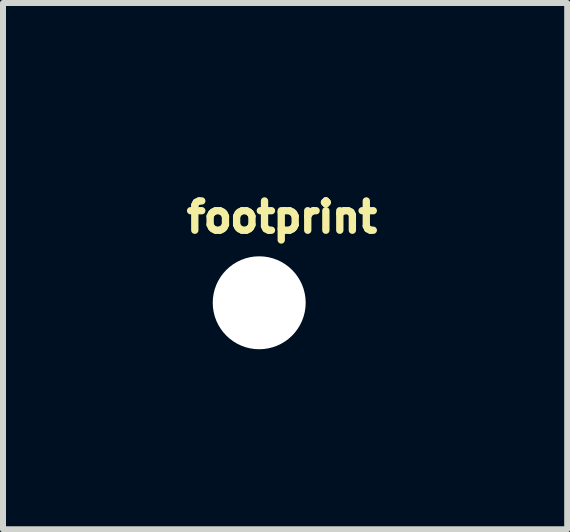
<source format=kicad_pcb>
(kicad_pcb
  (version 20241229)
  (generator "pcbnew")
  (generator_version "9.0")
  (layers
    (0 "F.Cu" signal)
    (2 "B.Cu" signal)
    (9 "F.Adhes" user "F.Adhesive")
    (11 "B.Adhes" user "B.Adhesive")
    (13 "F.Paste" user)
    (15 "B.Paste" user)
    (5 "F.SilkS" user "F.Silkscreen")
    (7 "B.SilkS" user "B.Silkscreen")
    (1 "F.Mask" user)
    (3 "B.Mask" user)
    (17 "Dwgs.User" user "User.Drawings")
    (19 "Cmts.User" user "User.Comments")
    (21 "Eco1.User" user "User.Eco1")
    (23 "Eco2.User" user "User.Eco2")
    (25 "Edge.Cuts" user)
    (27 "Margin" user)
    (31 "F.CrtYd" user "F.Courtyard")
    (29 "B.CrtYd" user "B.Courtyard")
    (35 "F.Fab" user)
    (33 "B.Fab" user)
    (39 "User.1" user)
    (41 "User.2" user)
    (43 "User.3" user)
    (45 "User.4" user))
  (footprint "footprint"
    (layer "F.Cu")
    (at 1.27 1.996)
    (property "Reference" "footprint" (at -1.27 -1.143 0) (layer "F.SilkS") (effects (font (size 0.488 0.488) (thickness 0.122)) (justify left bottom)))
    (fp_circle (center 0 0) (end 0.635 0) (stroke (width 0.127) (type solid)) (fill no) (layer "F.Fab"))
    (pad "" np_thru_hole circle (at 0 0) (size 1.549 1.549) (drill 1.549) (layers "*.Cu" "*.Mask"))
    (pad "1" thru_hole circle (at 0 0 90) (size 0.813 0.813) (drill 0.9) (layers "*.Cu" "*.Mask")))
  (gr_rect
    (start -3 -3)
    (end 6.403 5.771)
    (stroke (width 0.1) (type default))
    (fill no)
    (layer "Edge.Cuts")))
</source>
